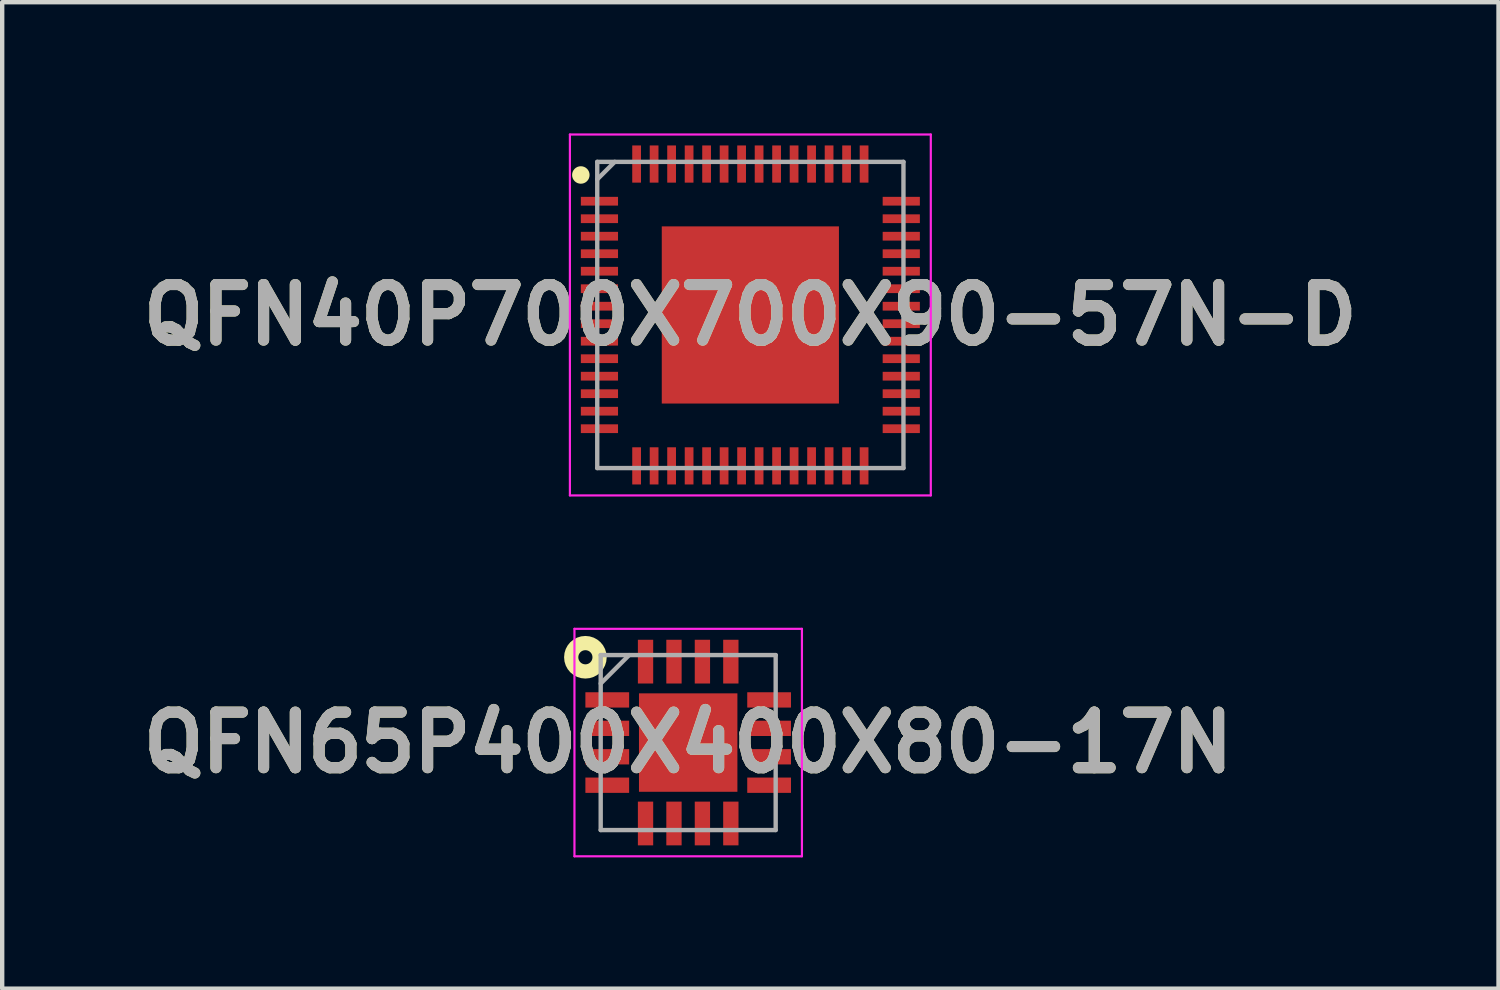
<source format=kicad_pcb>
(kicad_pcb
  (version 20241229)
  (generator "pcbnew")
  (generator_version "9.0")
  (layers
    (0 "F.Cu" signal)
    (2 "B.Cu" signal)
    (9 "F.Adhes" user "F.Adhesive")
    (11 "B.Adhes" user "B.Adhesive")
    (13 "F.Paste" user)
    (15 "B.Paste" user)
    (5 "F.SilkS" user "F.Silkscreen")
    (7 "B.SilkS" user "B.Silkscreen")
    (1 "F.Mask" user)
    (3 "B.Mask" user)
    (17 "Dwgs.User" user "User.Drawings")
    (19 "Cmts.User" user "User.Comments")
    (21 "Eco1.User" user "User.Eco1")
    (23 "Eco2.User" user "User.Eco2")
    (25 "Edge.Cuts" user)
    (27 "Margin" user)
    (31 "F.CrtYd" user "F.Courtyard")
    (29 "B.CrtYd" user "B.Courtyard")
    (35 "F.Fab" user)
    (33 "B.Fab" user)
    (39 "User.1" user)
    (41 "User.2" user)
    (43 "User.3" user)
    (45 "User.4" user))
  (footprint "QFN65P400X400X80-17N"
    (layer "F.Cu")
    (at 12.682 13.925)
    (property "Reference" "QFN65P400X400X80-17N" (at 0 0 0) (layer "F.SilkS") (effects (font (size 1.27 1.27) (thickness 0.254))))
    (attr smd)
    (fp_circle (center -2.35 -1.95) (end -2.35 -1.788) (stroke (width 0.325) (type solid)) (fill no) (layer "F.SilkS"))
    (fp_line (start -2.6 -2.6) (end 2.6 -2.6) (stroke (width 0.05) (type solid)) (layer "F.CrtYd"))
    (fp_line (start -2.6 2.6) (end -2.6 -2.6) (stroke (width 0.05) (type solid)) (layer "F.CrtYd"))
    (fp_line (start 2.6 -2.6) (end 2.6 2.6) (stroke (width 0.05) (type solid)) (layer "F.CrtYd"))
    (fp_line (start 2.6 2.6) (end -2.6 2.6) (stroke (width 0.05) (type solid)) (layer "F.CrtYd"))
    (fp_line (start -2 -2) (end 2 -2) (stroke (width 0.1) (type solid)) (layer "F.Fab"))
    (fp_line (start -2 -1.35) (end -1.35 -2) (stroke (width 0.1) (type solid)) (layer "F.Fab"))
    (fp_line (start -2 2) (end -2 -2) (stroke (width 0.1) (type solid)) (layer "F.Fab"))
    (fp_line (start 2 -2) (end 2 2) (stroke (width 0.1) (type solid)) (layer "F.Fab"))
    (fp_line (start 2 2) (end -2 2) (stroke (width 0.1) (type solid)) (layer "F.Fab"))
    (fp_text user "${REFERENCE}" (at 0 0 0) (layer "F.Fab") (effects (font (size 1.27 1.27) (thickness 0.254))))
    (pad "1" smd rect (at -1.85 -0.975 90) (size 0.35 1) (layers "F.Cu" "F.Mask" "F.Paste"))
    (pad "2" smd rect (at -1.85 -0.325 90) (size 0.35 1) (layers "F.Cu" "F.Mask" "F.Paste"))
    (pad "3" smd rect (at -1.85 0.325 90) (size 0.35 1) (layers "F.Cu" "F.Mask" "F.Paste"))
    (pad "4" smd rect (at -1.85 0.975 90) (size 0.35 1) (layers "F.Cu" "F.Mask" "F.Paste"))
    (pad "5" smd rect (at -0.975 1.85) (size 0.35 1) (layers "F.Cu" "F.Mask" "F.Paste"))
    (pad "6" smd rect (at -0.325 1.85) (size 0.35 1) (layers "F.Cu" "F.Mask" "F.Paste"))
    (pad "7" smd rect (at 0.325 1.85) (size 0.35 1) (layers "F.Cu" "F.Mask" "F.Paste"))
    (pad "8" smd rect (at 0.975 1.85) (size 0.35 1) (layers "F.Cu" "F.Mask" "F.Paste"))
    (pad "9" smd rect (at 1.85 0.975 90) (size 0.35 1) (layers "F.Cu" "F.Mask" "F.Paste"))
    (pad "10" smd rect (at 1.85 0.325 90) (size 0.35 1) (layers "F.Cu" "F.Mask" "F.Paste"))
    (pad "11" smd rect (at 1.85 -0.325 90) (size 0.35 1) (layers "F.Cu" "F.Mask" "F.Paste"))
    (pad "12" smd rect (at 1.85 -0.975 90) (size 0.35 1) (layers "F.Cu" "F.Mask" "F.Paste"))
    (pad "13" smd rect (at 0.975 -1.85) (size 0.35 1) (layers "F.Cu" "F.Mask" "F.Paste"))
    (pad "14" smd rect (at 0.325 -1.85) (size 0.35 1) (layers "F.Cu" "F.Mask" "F.Paste"))
    (pad "15" smd rect (at -0.325 -1.85) (size 0.35 1) (layers "F.Cu" "F.Mask" "F.Paste"))
    (pad "16" smd rect (at -0.975 -1.85) (size 0.35 1) (layers "F.Cu" "F.Mask" "F.Paste"))
    (pad "17" smd rect (at 0 0) (size 2.25 2.25) (layers "F.Cu" "F.Mask" "F.Paste")))
  (footprint "QFN40P700X700X90-57N-D"
    (layer "F.Cu")
    (at 14.103 4.15)
    (property "Reference" "QFN40P700X700X90-57N-D" (at 0 0 0) (layer "F.SilkS") (effects (font (size 1.27 1.27) (thickness 0.254))))
    (attr smd)
    (fp_circle (center -3.875 -3.2) (end -3.875 -3.1) (stroke (width 0.2) (type solid)) (fill no) (layer "F.SilkS"))
    (fp_line (start -4.125 -4.125) (end 4.125 -4.125) (stroke (width 0.05) (type solid)) (layer "F.CrtYd"))
    (fp_line (start -4.125 4.125) (end -4.125 -4.125) (stroke (width 0.05) (type solid)) (layer "F.CrtYd"))
    (fp_line (start 4.125 -4.125) (end 4.125 4.125) (stroke (width 0.05) (type solid)) (layer "F.CrtYd"))
    (fp_line (start 4.125 4.125) (end -4.125 4.125) (stroke (width 0.05) (type solid)) (layer "F.CrtYd"))
    (fp_line (start -3.5 -3.5) (end 3.5 -3.5) (stroke (width 0.1) (type solid)) (layer "F.Fab"))
    (fp_line (start -3.5 -3.1) (end -3.1 -3.5) (stroke (width 0.1) (type solid)) (layer "F.Fab"))
    (fp_line (start -3.5 3.5) (end -3.5 -3.5) (stroke (width 0.1) (type solid)) (layer "F.Fab"))
    (fp_line (start 3.5 -3.5) (end 3.5 3.5) (stroke (width 0.1) (type solid)) (layer "F.Fab"))
    (fp_line (start 3.5 3.5) (end -3.5 3.5) (stroke (width 0.1) (type solid)) (layer "F.Fab"))
    (fp_text user "${REFERENCE}" (at 0 0 0) (layer "F.Fab") (effects (font (size 1.27 1.27) (thickness 0.254))))
    (pad "1" smd rect (at -3.45 -2.6 90) (size 0.2 0.85) (layers "F.Cu" "F.Mask" "F.Paste"))
    (pad "2" smd rect (at -3.45 -2.2 90) (size 0.2 0.85) (layers "F.Cu" "F.Mask" "F.Paste"))
    (pad "3" smd rect (at -3.45 -1.8 90) (size 0.2 0.85) (layers "F.Cu" "F.Mask" "F.Paste"))
    (pad "4" smd rect (at -3.45 -1.4 90) (size 0.2 0.85) (layers "F.Cu" "F.Mask" "F.Paste"))
    (pad "5" smd rect (at -3.45 -1 90) (size 0.2 0.85) (layers "F.Cu" "F.Mask" "F.Paste"))
    (pad "6" smd rect (at -3.45 -0.6 90) (size 0.2 0.85) (layers "F.Cu" "F.Mask" "F.Paste"))
    (pad "7" smd rect (at -3.45 -0.2 90) (size 0.2 0.85) (layers "F.Cu" "F.Mask" "F.Paste"))
    (pad "8" smd rect (at -3.45 0.2 90) (size 0.2 0.85) (layers "F.Cu" "F.Mask" "F.Paste"))
    (pad "9" smd rect (at -3.45 0.6 90) (size 0.2 0.85) (layers "F.Cu" "F.Mask" "F.Paste"))
    (pad "10" smd rect (at -3.45 1 90) (size 0.2 0.85) (layers "F.Cu" "F.Mask" "F.Paste"))
    (pad "11" smd rect (at -3.45 1.4 90) (size 0.2 0.85) (layers "F.Cu" "F.Mask" "F.Paste"))
    (pad "12" smd rect (at -3.45 1.8 90) (size 0.2 0.85) (layers "F.Cu" "F.Mask" "F.Paste"))
    (pad "13" smd rect (at -3.45 2.2 90) (size 0.2 0.85) (layers "F.Cu" "F.Mask" "F.Paste"))
    (pad "14" smd rect (at -3.45 2.6 90) (size 0.2 0.85) (layers "F.Cu" "F.Mask" "F.Paste"))
    (pad "15" smd rect (at -2.6 3.45) (size 0.2 0.85) (layers "F.Cu" "F.Mask" "F.Paste"))
    (pad "16" smd rect (at -2.2 3.45) (size 0.2 0.85) (layers "F.Cu" "F.Mask" "F.Paste"))
    (pad "17" smd rect (at -1.8 3.45) (size 0.2 0.85) (layers "F.Cu" "F.Mask" "F.Paste"))
    (pad "18" smd rect (at -1.4 3.45) (size 0.2 0.85) (layers "F.Cu" "F.Mask" "F.Paste"))
    (pad "19" smd rect (at -1 3.45) (size 0.2 0.85) (layers "F.Cu" "F.Mask" "F.Paste"))
    (pad "20" smd rect (at -0.6 3.45) (size 0.2 0.85) (layers "F.Cu" "F.Mask" "F.Paste"))
    (pad "21" smd rect (at -0.2 3.45) (size 0.2 0.85) (layers "F.Cu" "F.Mask" "F.Paste"))
    (pad "22" smd rect (at 0.2 3.45) (size 0.2 0.85) (layers "F.Cu" "F.Mask" "F.Paste"))
    (pad "23" smd rect (at 0.6 3.45) (size 0.2 0.85) (layers "F.Cu" "F.Mask" "F.Paste"))
    (pad "24" smd rect (at 1 3.45) (size 0.2 0.85) (layers "F.Cu" "F.Mask" "F.Paste"))
    (pad "25" smd rect (at 1.4 3.45) (size 0.2 0.85) (layers "F.Cu" "F.Mask" "F.Paste"))
    (pad "26" smd rect (at 1.8 3.45) (size 0.2 0.85) (layers "F.Cu" "F.Mask" "F.Paste"))
    (pad "27" smd rect (at 2.2 3.45) (size 0.2 0.85) (layers "F.Cu" "F.Mask" "F.Paste"))
    (pad "28" smd rect (at 2.6 3.45) (size 0.2 0.85) (layers "F.Cu" "F.Mask" "F.Paste"))
    (pad "29" smd rect (at 3.45 2.6 90) (size 0.2 0.85) (layers "F.Cu" "F.Mask" "F.Paste"))
    (pad "30" smd rect (at 3.45 2.2 90) (size 0.2 0.85) (layers "F.Cu" "F.Mask" "F.Paste"))
    (pad "31" smd rect (at 3.45 1.8 90) (size 0.2 0.85) (layers "F.Cu" "F.Mask" "F.Paste"))
    (pad "32" smd rect (at 3.45 1.4 90) (size 0.2 0.85) (layers "F.Cu" "F.Mask" "F.Paste"))
    (pad "33" smd rect (at 3.45 1 90) (size 0.2 0.85) (layers "F.Cu" "F.Mask" "F.Paste"))
    (pad "34" smd rect (at 3.45 0.6 90) (size 0.2 0.85) (layers "F.Cu" "F.Mask" "F.Paste"))
    (pad "35" smd rect (at 3.45 0.2 90) (size 0.2 0.85) (layers "F.Cu" "F.Mask" "F.Paste"))
    (pad "36" smd rect (at 3.45 -0.2 90) (size 0.2 0.85) (layers "F.Cu" "F.Mask" "F.Paste"))
    (pad "37" smd rect (at 3.45 -0.6 90) (size 0.2 0.85) (layers "F.Cu" "F.Mask" "F.Paste"))
    (pad "38" smd rect (at 3.45 -1 90) (size 0.2 0.85) (layers "F.Cu" "F.Mask" "F.Paste"))
    (pad "39" smd rect (at 3.45 -1.4 90) (size 0.2 0.85) (layers "F.Cu" "F.Mask" "F.Paste"))
    (pad "40" smd rect (at 3.45 -1.8 90) (size 0.2 0.85) (layers "F.Cu" "F.Mask" "F.Paste"))
    (pad "41" smd rect (at 3.45 -2.2 90) (size 0.2 0.85) (layers "F.Cu" "F.Mask" "F.Paste"))
    (pad "42" smd rect (at 3.45 -2.6 90) (size 0.2 0.85) (layers "F.Cu" "F.Mask" "F.Paste"))
    (pad "43" smd rect (at 2.6 -3.45) (size 0.2 0.85) (layers "F.Cu" "F.Mask" "F.Paste"))
    (pad "44" smd rect (at 2.2 -3.45) (size 0.2 0.85) (layers "F.Cu" "F.Mask" "F.Paste"))
    (pad "45" smd rect (at 1.8 -3.45) (size 0.2 0.85) (layers "F.Cu" "F.Mask" "F.Paste"))
    (pad "46" smd rect (at 1.4 -3.45) (size 0.2 0.85) (layers "F.Cu" "F.Mask" "F.Paste"))
    (pad "47" smd rect (at 1 -3.45) (size 0.2 0.85) (layers "F.Cu" "F.Mask" "F.Paste"))
    (pad "48" smd rect (at 0.6 -3.45) (size 0.2 0.85) (layers "F.Cu" "F.Mask" "F.Paste"))
    (pad "49" smd rect (at 0.2 -3.45) (size 0.2 0.85) (layers "F.Cu" "F.Mask" "F.Paste"))
    (pad "50" smd rect (at -0.2 -3.45) (size 0.2 0.85) (layers "F.Cu" "F.Mask" "F.Paste"))
    (pad "51" smd rect (at -0.6 -3.45) (size 0.2 0.85) (layers "F.Cu" "F.Mask" "F.Paste"))
    (pad "52" smd rect (at -1 -3.45) (size 0.2 0.85) (layers "F.Cu" "F.Mask" "F.Paste"))
    (pad "53" smd rect (at -1.4 -3.45) (size 0.2 0.85) (layers "F.Cu" "F.Mask" "F.Paste"))
    (pad "54" smd rect (at -1.8 -3.45) (size 0.2 0.85) (layers "F.Cu" "F.Mask" "F.Paste"))
    (pad "55" smd rect (at -2.2 -3.45) (size 0.2 0.85) (layers "F.Cu" "F.Mask" "F.Paste"))
    (pad "56" smd rect (at -2.6 -3.45) (size 0.2 0.85) (layers "F.Cu" "F.Mask" "F.Paste"))
    (pad "57" smd rect (at 0 0) (size 4.05 4.05) (layers "F.Cu" "F.Mask" "F.Paste")))
  (gr_rect
    (start -3 -3)
    (end 31.206 19.55)
    (stroke (width 0.1) (type default))
    (fill no)
    (layer "Edge.Cuts")))
</source>
